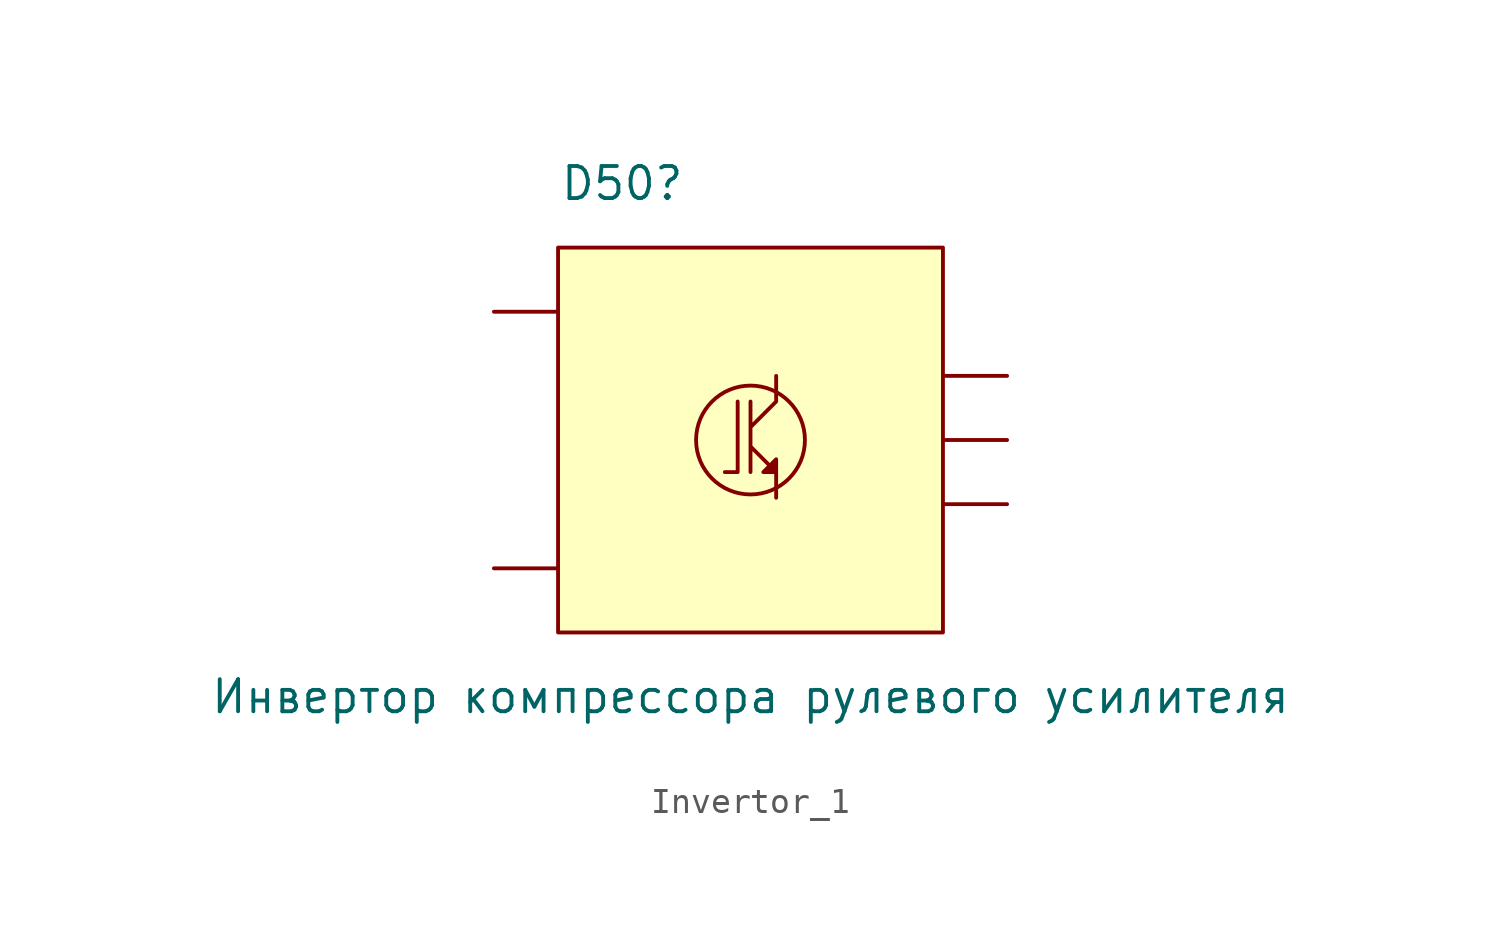
<source format=kicad_sym>
(kicad_symbol_lib
  (version 20211014)
  (generator kicad_symbol_editor)
  (symbol "Invertor_1"
    (property "Reference" "D50"
      (at -5.08 10.16 0)
      (effects (font (size 1.27 1.27))))
    (property "Value" "Инвертор компрессора рулевого усилителя"
      (at 0 -10.16 0)
      (effects (font (size 1.27 1.27))))
    (symbol "Invertor_1_0_1"
      (rectangle (start -7.62 7.62) (end 7.62 -7.62) (stroke (width 0) (type default) (color 0 0 0 0)) (fill (type background)))
      (polyline (pts (xy -0.508 1.524) (xy -0.508 -1.27) (xy -1.016 -1.27)) (stroke (width 0) (type default) (color 0 0 0 0)) (fill (type none)))
      (polyline (pts (xy 1.016 -1.27) (xy 1.016 -0.762) (xy 0.508 -1.27) (xy 1.016 -1.27)) (stroke (width 0) (type default) (color 0 0 0 0)) (fill (type outline)))
      (polyline (pts (xy 1.016 2.54) (xy 1.016 1.524) (xy 0 0.508) (xy 0 1.524) (xy 0 -1.27) (xy 0 -0.254) (xy 1.016 -1.27) (xy 1.016 -2.286)) (stroke (width 0) (type default) (color 0 0 0 0)) (fill (type none)))
      (circle (center 0 0) (radius 2.155) (stroke (width 0) (type default) (color 0 0 0 0)) (fill (type none))))
    (symbol "Invertor_1_1_1"
      (pin input line (at -10.16 -5.08 0) (length 2.54) (name "" (effects (font (size 1.27 1.27)))) (number "" (effects (font (size 1.27 1.27)))))
      (pin input line (at -10.16 5.08 0) (length 2.54) (name "" (effects (font (size 1.27 1.27)))) (number "" (effects (font (size 1.27 1.27)))))
      (pin input line (at 10.16 -2.54 180) (length 2.54) (name "" (effects (font (size 1.27 1.27)))) (number "" (effects (font (size 1.27 1.27)))))
      (pin input line (at 10.16 0 180) (length 2.54) (name "" (effects (font (size 1.27 1.27)))) (number "" (effects (font (size 1.27 1.27)))))
      (pin input line (at 10.16 2.54 180) (length 2.54) (name "" (effects (font (size 1.27 1.27)))) (number "" (effects (font (size 1.27 1.27))))))))
</source>
